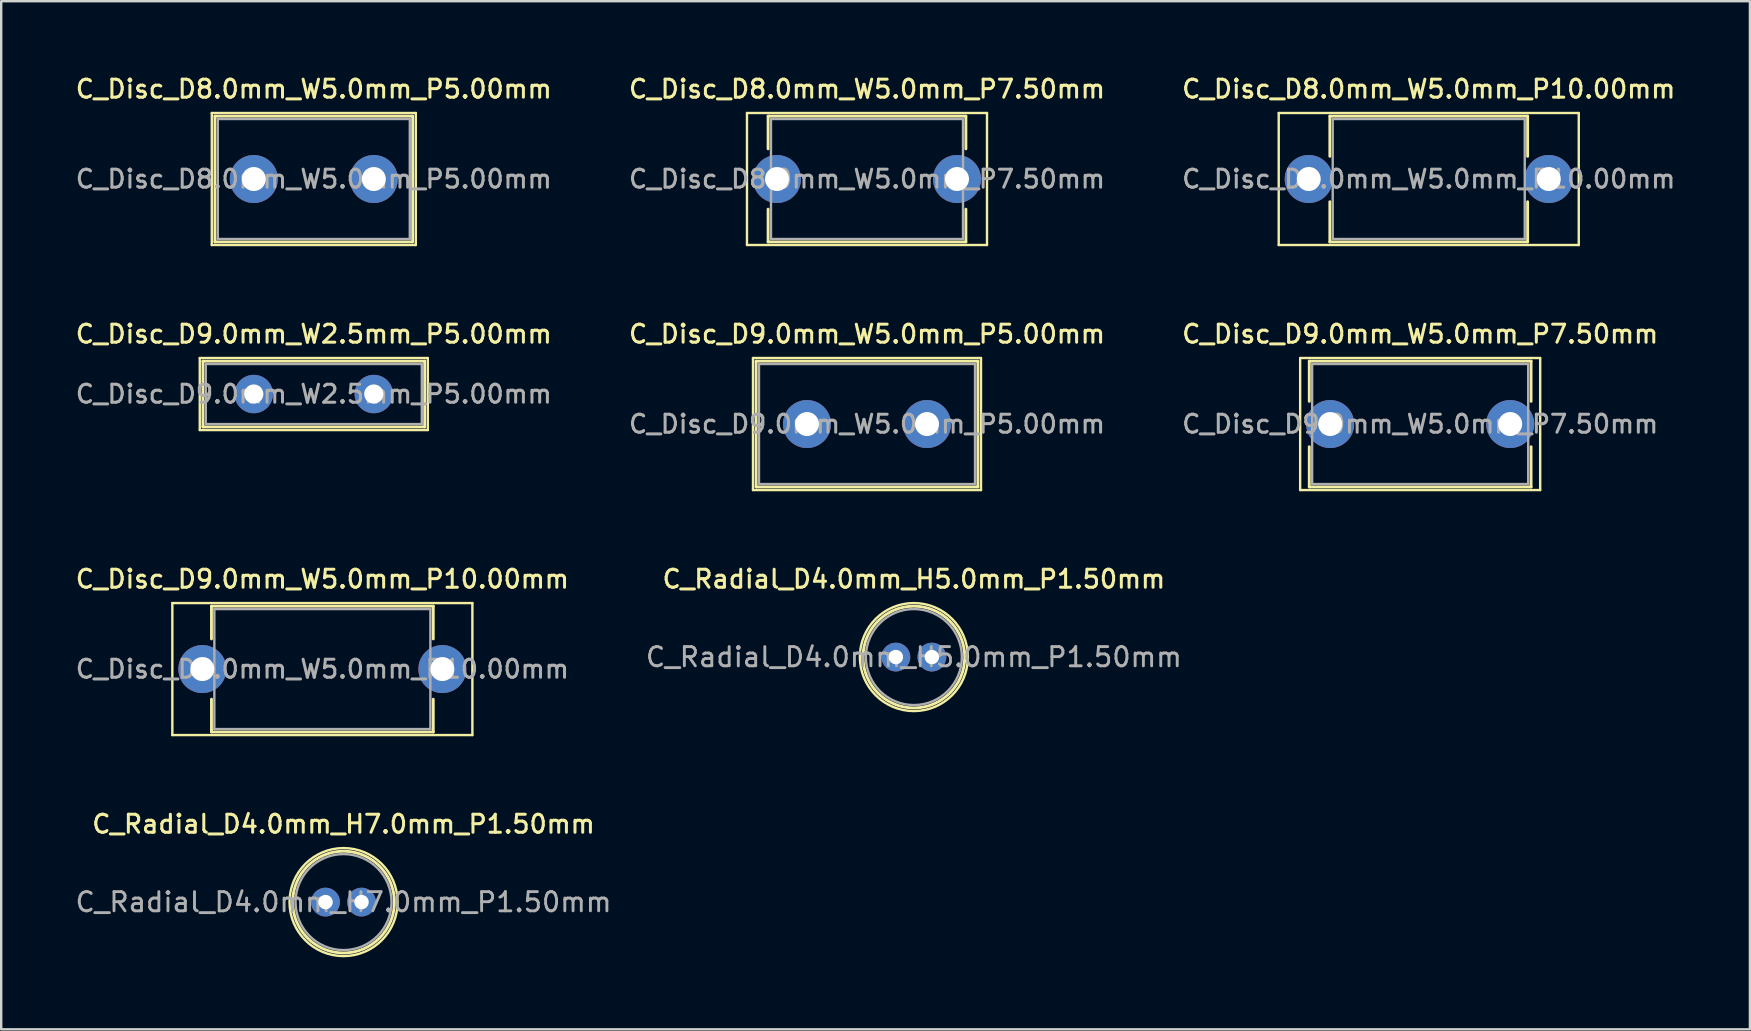
<source format=kicad_pcb>
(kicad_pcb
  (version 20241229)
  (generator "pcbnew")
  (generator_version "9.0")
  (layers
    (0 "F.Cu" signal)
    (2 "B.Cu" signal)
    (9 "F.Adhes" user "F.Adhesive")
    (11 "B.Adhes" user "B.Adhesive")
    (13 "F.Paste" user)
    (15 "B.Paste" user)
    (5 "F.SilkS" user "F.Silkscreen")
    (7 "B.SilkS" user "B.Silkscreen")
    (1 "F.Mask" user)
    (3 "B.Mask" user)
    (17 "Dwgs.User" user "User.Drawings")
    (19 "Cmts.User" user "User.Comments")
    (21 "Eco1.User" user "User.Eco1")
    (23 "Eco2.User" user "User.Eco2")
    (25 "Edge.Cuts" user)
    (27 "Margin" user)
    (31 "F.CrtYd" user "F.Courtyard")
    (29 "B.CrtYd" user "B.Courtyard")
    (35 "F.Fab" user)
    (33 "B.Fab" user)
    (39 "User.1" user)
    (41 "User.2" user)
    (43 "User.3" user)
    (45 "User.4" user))
  (footprint "C_Disc_D9.0mm_W5.0mm_P5.00mm"
    (layer "F.Cu")
    (at 30.57 14.616)
    (property "Reference" "C_Disc_D9.0mm_W5.0mm_P5.00mm" (at 2.5 -3.75 0) (layer "F.SilkS") (effects (font (size 0.75 0.75) (thickness 0.125))))
    (attr through_hole)
    (fp_line (start -2.25 -2.75) (end -2.25 2.75) (stroke (width 0.1) (type solid)) (layer "F.SilkS"))
    (fp_line (start -2.25 2.75) (end 7.25 2.75) (stroke (width 0.1) (type solid)) (layer "F.SilkS"))
    (fp_line (start -2.12 -2.62) (end -2.12 2.62) (stroke (width 0.12) (type solid)) (layer "F.SilkS"))
    (fp_line (start -2.12 -2.62) (end 7.12 -2.62) (stroke (width 0.12) (type solid)) (layer "F.SilkS"))
    (fp_line (start -2.12 2.62) (end 7.12 2.62) (stroke (width 0.12) (type solid)) (layer "F.SilkS"))
    (fp_line (start 7.12 -2.62) (end 7.12 2.62) (stroke (width 0.12) (type solid)) (layer "F.SilkS"))
    (fp_line (start 7.25 -2.75) (end -2.25 -2.75) (stroke (width 0.1) (type solid)) (layer "F.SilkS"))
    (fp_line (start 7.25 2.75) (end 7.25 -2.75) (stroke (width 0.1) (type solid)) (layer "F.SilkS"))
    (fp_line (start -2 -2.5) (end -2 2.5) (stroke (width 0.1) (type solid)) (layer "F.Fab"))
    (fp_line (start -2 2.5) (end 7 2.5) (stroke (width 0.1) (type solid)) (layer "F.Fab"))
    (fp_line (start 7 -2.5) (end -2 -2.5) (stroke (width 0.1) (type solid)) (layer "F.Fab"))
    (fp_line (start 7 2.5) (end 7 -2.5) (stroke (width 0.1) (type solid)) (layer "F.Fab"))
    (fp_text user "${REFERENCE}" (at 2.5 0 0) (layer "F.Fab") (effects (font (size 0.75 0.75) (thickness 0.125))))
    (pad "1" thru_hole circle (at 0 0) (size 2 2) (drill 1) (layers "*.Cu" "*.Mask"))
    (pad "2" thru_hole circle (at 5 0) (size 2 2) (drill 1) (layers "*.Cu" "*.Mask")))
  (footprint "C_Disc_D9.0mm_W2.5mm_P5.00mm"
    (layer "F.Cu")
    (at 7.523 13.366)
    (property "Reference" "C_Disc_D9.0mm_W2.5mm_P5.00mm" (at 2.5 -2.5 0) (layer "F.SilkS") (effects (font (size 0.75 0.75) (thickness 0.125))))
    (attr through_hole)
    (fp_line (start -2.25 -1.5) (end -2.25 1.5) (stroke (width 0.1) (type solid)) (layer "F.SilkS"))
    (fp_line (start -2.25 1.5) (end 7.25 1.5) (stroke (width 0.1) (type solid)) (layer "F.SilkS"))
    (fp_line (start -2.12 -1.37) (end -2.12 1.37) (stroke (width 0.12) (type solid)) (layer "F.SilkS"))
    (fp_line (start -2.12 -1.37) (end 7.12 -1.37) (stroke (width 0.12) (type solid)) (layer "F.SilkS"))
    (fp_line (start -2.12 1.37) (end 7.12 1.37) (stroke (width 0.12) (type solid)) (layer "F.SilkS"))
    (fp_line (start 7.12 -1.37) (end 7.12 1.37) (stroke (width 0.12) (type solid)) (layer "F.SilkS"))
    (fp_line (start 7.25 -1.5) (end -2.25 -1.5) (stroke (width 0.1) (type solid)) (layer "F.SilkS"))
    (fp_line (start 7.25 1.5) (end 7.25 -1.5) (stroke (width 0.1) (type solid)) (layer "F.SilkS"))
    (fp_line (start -2 -1.25) (end -2 1.25) (stroke (width 0.1) (type solid)) (layer "F.Fab"))
    (fp_line (start -2 1.25) (end 7 1.25) (stroke (width 0.1) (type solid)) (layer "F.Fab"))
    (fp_line (start 7 -1.25) (end -2 -1.25) (stroke (width 0.1) (type solid)) (layer "F.Fab"))
    (fp_line (start 7 1.25) (end 7 -1.25) (stroke (width 0.1) (type solid)) (layer "F.Fab"))
    (fp_text user "${REFERENCE}" (at 2.5 0 0) (layer "F.Fab") (effects (font (size 0.75 0.75) (thickness 0.125))))
    (pad "1" thru_hole circle (at 0 0) (size 1.6 1.6) (drill 0.8) (layers "*.Cu" "*.Mask"))
    (pad "2" thru_hole circle (at 5 0) (size 1.6 1.6) (drill 0.8) (layers "*.Cu" "*.Mask")))
  (footprint "C_Disc_D8.0mm_W5.0mm_P5.00mm"
    (layer "F.Cu")
    (at 7.523 4.408)
    (property "Reference" "C_Disc_D8.0mm_W5.0mm_P5.00mm" (at 2.5 -3.75 0) (layer "F.SilkS") (effects (font (size 0.75 0.75) (thickness 0.125))))
    (attr through_hole)
    (fp_line (start -1.75 -2.75) (end -1.75 2.75) (stroke (width 0.1) (type solid)) (layer "F.SilkS"))
    (fp_line (start -1.75 2.75) (end 6.75 2.75) (stroke (width 0.1) (type solid)) (layer "F.SilkS"))
    (fp_line (start -1.62 -2.62) (end -1.62 2.62) (stroke (width 0.12) (type solid)) (layer "F.SilkS"))
    (fp_line (start -1.62 -2.62) (end 6.62 -2.62) (stroke (width 0.12) (type solid)) (layer "F.SilkS"))
    (fp_line (start -1.62 2.62) (end 6.62 2.62) (stroke (width 0.12) (type solid)) (layer "F.SilkS"))
    (fp_line (start 6.62 -2.62) (end 6.62 2.62) (stroke (width 0.12) (type solid)) (layer "F.SilkS"))
    (fp_line (start 6.75 -2.75) (end -1.75 -2.75) (stroke (width 0.1) (type solid)) (layer "F.SilkS"))
    (fp_line (start 6.75 2.75) (end 6.75 -2.75) (stroke (width 0.1) (type solid)) (layer "F.SilkS"))
    (fp_line (start -1.5 -2.5) (end -1.5 2.5) (stroke (width 0.1) (type solid)) (layer "F.Fab"))
    (fp_line (start -1.5 2.5) (end 6.5 2.5) (stroke (width 0.1) (type solid)) (layer "F.Fab"))
    (fp_line (start 6.5 -2.5) (end -1.5 -2.5) (stroke (width 0.1) (type solid)) (layer "F.Fab"))
    (fp_line (start 6.5 2.5) (end 6.5 -2.5) (stroke (width 0.1) (type solid)) (layer "F.Fab"))
    (fp_text user "${REFERENCE}" (at 2.5 0 0) (layer "F.Fab") (effects (font (size 0.75 0.75) (thickness 0.125))))
    (pad "1" thru_hole circle (at 0 0) (size 2 2) (drill 1) (layers "*.Cu" "*.Mask"))
    (pad "2" thru_hole circle (at 5 0) (size 2 2) (drill 1) (layers "*.Cu" "*.Mask")))
  (footprint "C_Disc_D8.0mm_W5.0mm_P10.00mm"
    (layer "F.Cu")
    (at 51.473 4.408)
    (property "Reference" "C_Disc_D8.0mm_W5.0mm_P10.00mm" (at 5 -3.75 0) (layer "F.SilkS") (effects (font (size 0.75 0.75) (thickness 0.125))))
    (attr through_hole)
    (fp_line (start -1.25 -2.75) (end -1.25 2.75) (stroke (width 0.1) (type solid)) (layer "F.SilkS"))
    (fp_line (start -1.25 2.75) (end 11.25 2.75) (stroke (width 0.1) (type solid)) (layer "F.SilkS"))
    (fp_line (start 0.88 -2.62) (end 0.88 -0.946) (stroke (width 0.12) (type solid)) (layer "F.SilkS"))
    (fp_line (start 0.88 -2.62) (end 9.12 -2.62) (stroke (width 0.12) (type solid)) (layer "F.SilkS"))
    (fp_line (start 0.88 0.946) (end 0.88 2.62) (stroke (width 0.12) (type solid)) (layer "F.SilkS"))
    (fp_line (start 0.88 2.62) (end 9.12 2.62) (stroke (width 0.12) (type solid)) (layer "F.SilkS"))
    (fp_line (start 9.12 -2.62) (end 9.12 -0.946) (stroke (width 0.12) (type solid)) (layer "F.SilkS"))
    (fp_line (start 9.12 0.946) (end 9.12 2.62) (stroke (width 0.12) (type solid)) (layer "F.SilkS"))
    (fp_line (start 11.25 -2.75) (end -1.25 -2.75) (stroke (width 0.1) (type solid)) (layer "F.SilkS"))
    (fp_line (start 11.25 2.75) (end 11.25 -2.75) (stroke (width 0.1) (type solid)) (layer "F.SilkS"))
    (fp_line (start 1 -2.5) (end 1 2.5) (stroke (width 0.1) (type solid)) (layer "F.Fab"))
    (fp_line (start 1 2.5) (end 9 2.5) (stroke (width 0.1) (type solid)) (layer "F.Fab"))
    (fp_line (start 9 -2.5) (end 1 -2.5) (stroke (width 0.1) (type solid)) (layer "F.Fab"))
    (fp_line (start 9 2.5) (end 9 -2.5) (stroke (width 0.1) (type solid)) (layer "F.Fab"))
    (fp_text user "${REFERENCE}" (at 5 0 0) (layer "F.Fab") (effects (font (size 0.75 0.75) (thickness 0.125))))
    (pad "1" thru_hole circle (at 0 0) (size 2 2) (drill 1) (layers "*.Cu" "*.Mask"))
    (pad "2" thru_hole circle (at 10 0) (size 2 2) (drill 1) (layers "*.Cu" "*.Mask")))
  (footprint "C_Disc_D8.0mm_W5.0mm_P7.50mm"
    (layer "F.Cu")
    (at 29.32 4.408)
    (property "Reference" "C_Disc_D8.0mm_W5.0mm_P7.50mm" (at 3.75 -3.75 0) (layer "F.SilkS") (effects (font (size 0.75 0.75) (thickness 0.125))))
    (attr through_hole)
    (fp_line (start -1.25 -2.75) (end -1.25 2.75) (stroke (width 0.1) (type solid)) (layer "F.SilkS"))
    (fp_line (start -1.25 2.75) (end 8.75 2.75) (stroke (width 0.1) (type solid)) (layer "F.SilkS"))
    (fp_line (start -0.37 -2.62) (end -0.37 -1.256) (stroke (width 0.12) (type solid)) (layer "F.SilkS"))
    (fp_line (start -0.37 -2.62) (end 7.87 -2.62) (stroke (width 0.12) (type solid)) (layer "F.SilkS"))
    (fp_line (start -0.37 1.256) (end -0.37 2.62) (stroke (width 0.12) (type solid)) (layer "F.SilkS"))
    (fp_line (start -0.37 2.62) (end 7.87 2.62) (stroke (width 0.12) (type solid)) (layer "F.SilkS"))
    (fp_line (start 7.87 -2.62) (end 7.87 -1.256) (stroke (width 0.12) (type solid)) (layer "F.SilkS"))
    (fp_line (start 7.87 1.256) (end 7.87 2.62) (stroke (width 0.12) (type solid)) (layer "F.SilkS"))
    (fp_line (start 8.75 -2.75) (end -1.25 -2.75) (stroke (width 0.1) (type solid)) (layer "F.SilkS"))
    (fp_line (start 8.75 2.75) (end 8.75 -2.75) (stroke (width 0.1) (type solid)) (layer "F.SilkS"))
    (fp_line (start -0.25 -2.5) (end -0.25 2.5) (stroke (width 0.1) (type solid)) (layer "F.Fab"))
    (fp_line (start -0.25 2.5) (end 7.75 2.5) (stroke (width 0.1) (type solid)) (layer "F.Fab"))
    (fp_line (start 7.75 -2.5) (end -0.25 -2.5) (stroke (width 0.1) (type solid)) (layer "F.Fab"))
    (fp_line (start 7.75 2.5) (end 7.75 -2.5) (stroke (width 0.1) (type solid)) (layer "F.Fab"))
    (fp_text user "${REFERENCE}" (at 3.75 0 0) (layer "F.Fab") (effects (font (size 0.75 0.75) (thickness 0.125))))
    (pad "1" thru_hole circle (at 0 0) (size 2 2) (drill 1) (layers "*.Cu" "*.Mask"))
    (pad "2" thru_hole circle (at 7.5 0) (size 2 2) (drill 1) (layers "*.Cu" "*.Mask")))
  (footprint "C_Radial_D4.0mm_H5.0mm_P1.50mm"
    (layer "F.Cu")
    (at 34.273 24.324)
    (property "Reference" "C_Radial_D4.0mm_H5.0mm_P1.50mm" (at 0.75 -3.25 0) (layer "F.SilkS") (effects (font (size 0.75 0.75) (thickness 0.125))))
    (attr through_hole)
    (fp_circle (center 0.75 0) (end 2.87 0) (stroke (width 0.12) (type solid)) (fill no) (layer "F.SilkS"))
    (fp_circle (center 0.75 0) (end 3 0) (stroke (width 0.1) (type solid)) (fill no) (layer "F.SilkS"))
    (fp_circle (center 0.75 0) (end 2.75 0) (stroke (width 0.1) (type solid)) (fill no) (layer "F.Fab"))
    (fp_text user "${REFERENCE}" (at 0.75 0 0) (layer "F.Fab") (effects (font (size 0.8 0.8) (thickness 0.12))))
    (pad "1" thru_hole circle (at 0 0) (size 1.2 1.2) (drill 0.6) (layers "*.Cu" "*.Mask"))
    (pad "2" thru_hole circle (at 1.5 0) (size 1.2 1.2) (drill 0.6) (layers "*.Cu" "*.Mask")))
  (footprint "C_Radial_D4.0mm_H7.0mm_P1.50mm"
    (layer "F.Cu")
    (at 10.512 34.532)
    (property "Reference" "C_Radial_D4.0mm_H7.0mm_P1.50mm" (at 0.75 -3.25 0) (layer "F.SilkS") (effects (font (size 0.75 0.75) (thickness 0.125))))
    (attr through_hole)
    (fp_circle (center 0.75 0) (end 2.87 0) (stroke (width 0.12) (type solid)) (fill no) (layer "F.SilkS"))
    (fp_circle (center 0.75 0) (end 3 0) (stroke (width 0.1) (type solid)) (fill no) (layer "F.SilkS"))
    (fp_circle (center 0.75 0) (end 2.75 0) (stroke (width 0.1) (type solid)) (fill no) (layer "F.Fab"))
    (fp_text user "${REFERENCE}" (at 0.75 0 0) (layer "F.Fab") (effects (font (size 0.8 0.8) (thickness 0.12))))
    (pad "1" thru_hole circle (at 0 0) (size 1.2 1.2) (drill 0.6) (layers "*.Cu" "*.Mask"))
    (pad "2" thru_hole circle (at 1.5 0) (size 1.2 1.2) (drill 0.6) (layers "*.Cu" "*.Mask")))
  (footprint "C_Disc_D9.0mm_W5.0mm_P10.00mm"
    (layer "F.Cu")
    (at 5.38 24.824)
    (property "Reference" "C_Disc_D9.0mm_W5.0mm_P10.00mm" (at 5 -3.75 0) (layer "F.SilkS") (effects (font (size 0.75 0.75) (thickness 0.125))))
    (attr through_hole)
    (fp_line (start -1.25 -2.75) (end -1.25 2.75) (stroke (width 0.1) (type solid)) (layer "F.SilkS"))
    (fp_line (start -1.25 2.75) (end 11.25 2.75) (stroke (width 0.1) (type solid)) (layer "F.SilkS"))
    (fp_line (start 0.38 -2.62) (end 0.38 -1.256) (stroke (width 0.12) (type solid)) (layer "F.SilkS"))
    (fp_line (start 0.38 -2.62) (end 9.62 -2.62) (stroke (width 0.12) (type solid)) (layer "F.SilkS"))
    (fp_line (start 0.38 1.256) (end 0.38 2.62) (stroke (width 0.12) (type solid)) (layer "F.SilkS"))
    (fp_line (start 0.38 2.62) (end 9.62 2.62) (stroke (width 0.12) (type solid)) (layer "F.SilkS"))
    (fp_line (start 9.62 -2.62) (end 9.62 -1.256) (stroke (width 0.12) (type solid)) (layer "F.SilkS"))
    (fp_line (start 9.62 1.256) (end 9.62 2.62) (stroke (width 0.12) (type solid)) (layer "F.SilkS"))
    (fp_line (start 11.25 -2.75) (end -1.25 -2.75) (stroke (width 0.1) (type solid)) (layer "F.SilkS"))
    (fp_line (start 11.25 2.75) (end 11.25 -2.75) (stroke (width 0.1) (type solid)) (layer "F.SilkS"))
    (fp_line (start 0.5 -2.5) (end 0.5 2.5) (stroke (width 0.1) (type solid)) (layer "F.Fab"))
    (fp_line (start 0.5 2.5) (end 9.5 2.5) (stroke (width 0.1) (type solid)) (layer "F.Fab"))
    (fp_line (start 9.5 -2.5) (end 0.5 -2.5) (stroke (width 0.1) (type solid)) (layer "F.Fab"))
    (fp_line (start 9.5 2.5) (end 9.5 -2.5) (stroke (width 0.1) (type solid)) (layer "F.Fab"))
    (fp_text user "${REFERENCE}" (at 5 0 0) (layer "F.Fab") (effects (font (size 0.75 0.75) (thickness 0.125))))
    (pad "1" thru_hole circle (at 0 0) (size 2 2) (drill 1) (layers "*.Cu" "*.Mask"))
    (pad "2" thru_hole circle (at 10 0) (size 2 2) (drill 1) (layers "*.Cu" "*.Mask")))
  (footprint "C_Disc_D9.0mm_W5.0mm_P7.50mm"
    (layer "F.Cu")
    (at 52.366 14.616)
    (property "Reference" "C_Disc_D9.0mm_W5.0mm_P7.50mm" (at 3.75 -3.75 0) (layer "F.SilkS") (effects (font (size 0.75 0.75) (thickness 0.125))))
    (attr through_hole)
    (fp_line (start -1.25 -2.75) (end -1.25 2.75) (stroke (width 0.1) (type solid)) (layer "F.SilkS"))
    (fp_line (start -1.25 2.75) (end 8.75 2.75) (stroke (width 0.1) (type solid)) (layer "F.SilkS"))
    (fp_line (start -0.87 -2.62) (end -0.87 -0.946) (stroke (width 0.12) (type solid)) (layer "F.SilkS"))
    (fp_line (start -0.87 -2.62) (end 8.37 -2.62) (stroke (width 0.12) (type solid)) (layer "F.SilkS"))
    (fp_line (start -0.87 0.946) (end -0.87 2.62) (stroke (width 0.12) (type solid)) (layer "F.SilkS"))
    (fp_line (start -0.87 2.62) (end 8.37 2.62) (stroke (width 0.12) (type solid)) (layer "F.SilkS"))
    (fp_line (start 8.37 -2.62) (end 8.37 -0.946) (stroke (width 0.12) (type solid)) (layer "F.SilkS"))
    (fp_line (start 8.37 0.946) (end 8.37 2.62) (stroke (width 0.12) (type solid)) (layer "F.SilkS"))
    (fp_line (start 8.75 -2.75) (end -1.25 -2.75) (stroke (width 0.1) (type solid)) (layer "F.SilkS"))
    (fp_line (start 8.75 2.75) (end 8.75 -2.75) (stroke (width 0.1) (type solid)) (layer "F.SilkS"))
    (fp_line (start -0.75 -2.5) (end -0.75 2.5) (stroke (width 0.1) (type solid)) (layer "F.Fab"))
    (fp_line (start -0.75 2.5) (end 8.25 2.5) (stroke (width 0.1) (type solid)) (layer "F.Fab"))
    (fp_line (start 8.25 -2.5) (end -0.75 -2.5) (stroke (width 0.1) (type solid)) (layer "F.Fab"))
    (fp_line (start 8.25 2.5) (end 8.25 -2.5) (stroke (width 0.1) (type solid)) (layer "F.Fab"))
    (fp_text user "${REFERENCE}" (at 3.75 0 0) (layer "F.Fab") (effects (font (size 0.75 0.75) (thickness 0.125))))
    (pad "1" thru_hole circle (at 0 0) (size 2 2) (drill 1) (layers "*.Cu" "*.Mask"))
    (pad "2" thru_hole circle (at 7.5 0) (size 2 2) (drill 1) (layers "*.Cu" "*.Mask")))
  (gr_rect
    (start -3 -3)
    (end 69.854 39.833)
    (stroke (width 0.1) (type default))
    (fill no)
    (layer "Edge.Cuts")))
</source>
